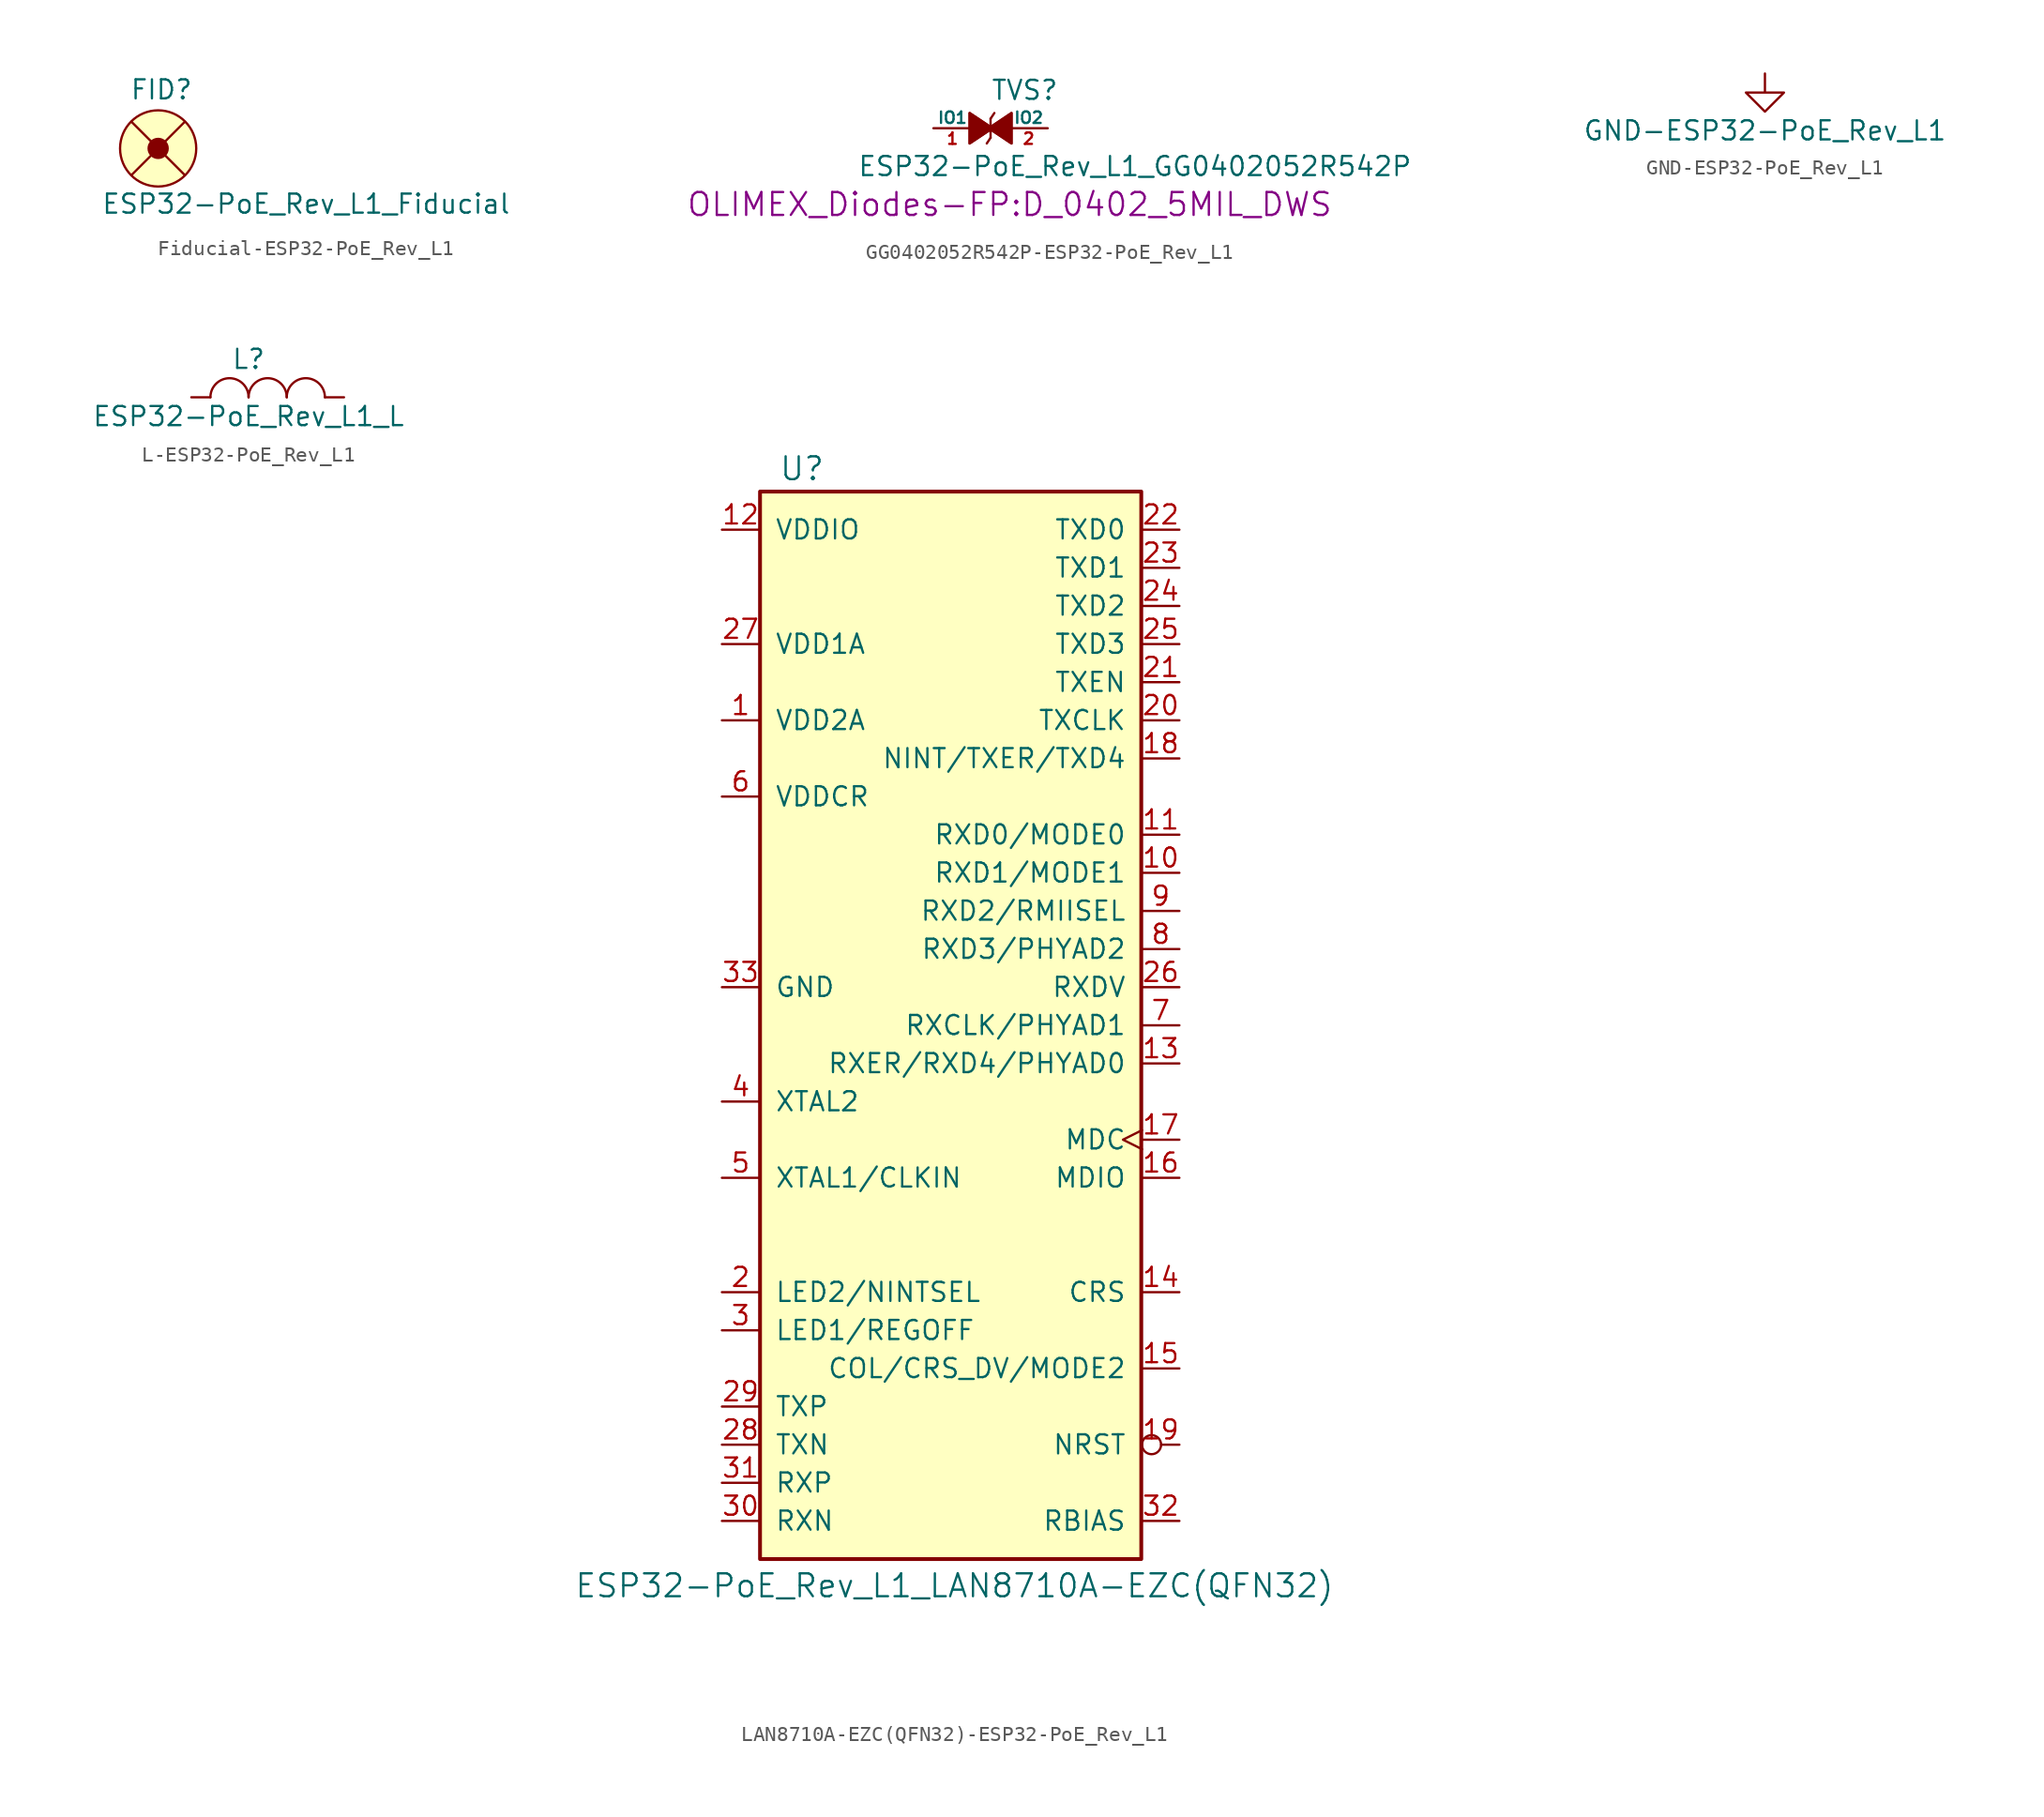
<source format=kicad_sym>
(kicad_symbol_lib
  (version 20220914)
  (generator kicad_symbol_editor)
  (symbol "Fiducial-ESP32-PoE_Rev_L1"
    (pin_numbers hide)
    (pin_names
      (offset 0) hide)
    (property "Reference" "FID"
      (at -1.905 3.175 0)
      (effects (font (size 1.27 1.27)) (justify left bottom)))
    (property "Value" "ESP32-PoE_Rev_L1_Fiducial"
      (at -3.81 -4.445 0)
      (effects (font (size 1.27 1.27)) (justify left bottom)))
    (property "Datasheet" ""
      (at -1.27 0 90)
      (effects (font (size 1.524 1.524))))
    (symbol "Fiducial-ESP32-PoE_Rev_L1_0_1"
      (polyline (pts (xy -1.778 -1.778) (xy 1.778 1.778)) (stroke (width 0) (type solid)) (fill (type none)))
      (polyline (pts (xy 1.778 -1.778) (xy -1.778 1.778)) (stroke (width 0) (type solid)) (fill (type none)))
      (circle (center 0 0) (radius 0.635) (stroke (width 0) (type solid)) (fill (type outline)))
      (circle (center 0 0) (radius 2.54) (stroke (width 0) (type solid)) (fill (type background))))
    (symbol "Fiducial-ESP32-PoE_Rev_L1_1_1"
      (pin no_connect line (at 0 0 90) (length 0) (name "FID*" (effects (font (size 1.27 1.27)))) (number "Fid1" (effects (font (size 1.27 1.27)))))))
  (symbol "GG0402052R542P-ESP32-PoE_Rev_L1"
    (pin_names
      (offset 0))
    (property "Reference" "TVS"
      (at -1.27 2.54 0)
      (effects (font (size 1.27 1.27)) (justify left)))
    (property "Value" "ESP32-PoE_Rev_L1_GG0402052R542P"
      (at -10.16 -2.54 0)
      (effects (font (size 1.27 1.27)) (justify left)))
    (property "Footprint" "OLIMEX_Diodes-FP:D_0402_5MIL_DWS"
      (at 0 -5.08 0)
      (effects (font (size 1.524 1.524))))
    (property "Datasheet" ""
      (at -0.635 0 90)
      (effects (font (size 1.524 1.524))))
    (symbol "GG0402052R542P-ESP32-PoE_Rev_L1_0_1"
      (polyline (pts (xy -1.27 -0.635) (xy -1.524 -1.016)) (stroke (width 0) (type solid)) (fill (type none)))
      (polyline (pts (xy -1.27 -0.635) (xy -1.27 0.635)) (stroke (width 0) (type solid)) (fill (type none)))
      (polyline (pts (xy -1.27 0.635) (xy -1.016 1.016)) (stroke (width 0) (type solid)) (fill (type none)))
      (polyline (pts (xy -2.667 1.016) (xy -1.143 0) (xy -2.667 -1.016) (xy -2.667 1.016)) (stroke (width 0) (type solid)) (fill (type outline)))
      (polyline (pts (xy -2.667 1.016) (xy -1.143 0) (xy -2.667 -1.016) (xy -2.667 1.016)) (stroke (width 0) (type solid)) (fill (type outline)))
      (polyline (pts (xy 0.127 -1.016) (xy -1.397 0) (xy 0.127 1.016) (xy 0.127 -1.016)) (stroke (width 0) (type solid)) (fill (type outline)))
      (polyline (pts (xy 0.127 -1.016) (xy -1.397 0) (xy 0.127 1.016) (xy 0.127 -1.016)) (stroke (width 0) (type solid)) (fill (type outline))))
    (symbol "GG0402052R542P-ESP32-PoE_Rev_L1_1_1"
      (pin passive line (at -5.08 0 0) (length 2.54) (name "IO1" (effects (font (size 0.762 0.762)))) (number "1" (effects (font (size 0.762 0.762)))))
      (pin passive line (at 2.54 0 180) (length 2.54) (name "IO2" (effects (font (size 0.762 0.762)))) (number "2" (effects (font (size 0.762 0.762)))))))
  (symbol "GND-ESP32-PoE_Rev_L1"
    (power)
    (pin_names
      (offset 0))
    (property "Reference" "#PWR"
      (at 0 -6.35 0)
      (effects (font (size 1.27 1.27)) hide))
    (property "Value" "GND-ESP32-PoE_Rev_L1"
      (at 0 -3.81 0)
      (effects (font (size 1.27 1.27))))
    (property "Footprint" ""
      (at 0 0 0)
      (effects (font (size 1.524 1.524))))
    (property "Datasheet" ""
      (at 0 0 0)
      (effects (font (size 1.524 1.524))))
    (symbol "GND-ESP32-PoE_Rev_L1_0_1"
      (polyline (pts (xy 0 0) (xy 0 -1.27) (xy 1.27 -1.27) (xy 0 -2.54) (xy -1.27 -1.27) (xy 0 -1.27)) (stroke (width 0) (type solid)) (fill (type none))))
    (symbol "GND-ESP32-PoE_Rev_L1_1_1"
      (pin power_in line (at 0 0 270) (length 0) hide (name "GND" (effects (font (size 1.27 1.27)))) (number "1" (effects (font (size 1.27 1.27)))))))
  (symbol "L-ESP32-PoE_Rev_L1"
    (pin_numbers hide)
    (pin_names
      (offset 0) hide)
    (property "Reference" "L"
      (at -1.27 2.54 0)
      (effects (font (size 1.27 1.27))))
    (property "Value" "ESP32-PoE_Rev_L1_L"
      (at -1.27 -1.27 0)
      (effects (font (size 1.27 1.27))))
    (property "Footprint" ""
      (at -1.27 0 0)
      (effects (font (size 1.524 1.524))))
    (property "Datasheet" ""
      (at -1.27 0 0)
      (effects (font (size 1.524 1.524))))
    (symbol "L-ESP32-PoE_Rev_L1_0_1"
      (arc (start -1.27 0) (mid -2.54 1.2645) (end -3.81 0) (stroke (width 0) (type solid)) (fill (type none)))
      (arc (start 1.27 0) (mid 0 1.2645) (end -1.27 0) (stroke (width 0) (type solid)) (fill (type none)))
      (arc (start 3.81 0) (mid 2.54 1.2645) (end 1.27 0) (stroke (width 0) (type solid)) (fill (type none))))
    (symbol "L-ESP32-PoE_Rev_L1_1_1"
      (pin passive line (at -5.08 0 0) (length 1.27) (name "1" (effects (font (size 0.762 0.762)))) (number "1" (effects (font (size 0.762 0.762)))))
      (pin passive line (at 5.08 0 180) (length 1.27) (name "2" (effects (font (size 0.762 0.762)))) (number "2" (effects (font (size 0.762 0.762)))))))
  (symbol "LAN8710A-EZC(QFN32)-ESP32-PoE_Rev_L1"
    (pin_names
      (offset 1.016))
    (property "Reference" "U"
      (at -9.906 37.084 0)
      (effects (font (size 1.524 1.524))))
    (property "Value" "ESP32-PoE_Rev_L1_LAN8710A-EZC(QFN32)"
      (at 0.254 -37.338 0)
      (effects (font (size 1.524 1.524))))
    (symbol "LAN8710A-EZC(QFN32)-ESP32-PoE_Rev_L1_0_1"
      (rectangle (start -12.7 35.56) (end 12.7 -35.56) (stroke (width 0.254) (type solid)) (fill (type background))))
    (symbol "LAN8710A-EZC(QFN32)-ESP32-PoE_Rev_L1_1_1"
      (pin power_in line (at -15.24 20.32 0) (length 2.489) (name "VDD2A" (effects (font (size 1.27 1.27)))) (number "1" (effects (font (size 1.27 1.27)))))
      (pin bidirectional line (at 15.24 10.16 180) (length 2.489) (name "RXD1/MODE1" (effects (font (size 1.27 1.27)))) (number "10" (effects (font (size 1.27 1.27)))))
      (pin bidirectional line (at 15.24 12.7 180) (length 2.489) (name "RXD0/MODE0" (effects (font (size 1.27 1.27)))) (number "11" (effects (font (size 1.27 1.27)))))
      (pin power_in line (at -15.24 33.02 0) (length 2.489) (name "VDDIO" (effects (font (size 1.27 1.27)))) (number "12" (effects (font (size 1.27 1.27)))))
      (pin bidirectional line (at 15.24 -2.54 180) (length 2.489) (name "RXER/RXD4/PHYAD0" (effects (font (size 1.27 1.27)))) (number "13" (effects (font (size 1.27 1.27)))))
      (pin output line (at 15.24 -17.78 180) (length 2.489) (name "CRS" (effects (font (size 1.27 1.27)))) (number "14" (effects (font (size 1.27 1.27)))))
      (pin bidirectional line (at 15.24 -22.86 180) (length 2.489) (name "COL/CRS_DV/MODE2" (effects (font (size 1.27 1.27)))) (number "15" (effects (font (size 1.27 1.27)))))
      (pin bidirectional line (at 15.24 -10.16 180) (length 2.489) (name "MDIO" (effects (font (size 1.27 1.27)))) (number "16" (effects (font (size 1.27 1.27)))))
      (pin input clock (at 15.24 -7.62 180) (length 2.489) (name "MDC" (effects (font (size 1.27 1.27)))) (number "17" (effects (font (size 1.27 1.27)))))
      (pin bidirectional line (at 15.24 17.78 180) (length 2.489) (name "NINT/TXER/TXD4" (effects (font (size 1.27 1.27)))) (number "18" (effects (font (size 1.27 1.27)))))
      (pin input inverted (at 15.24 -27.94 180) (length 2.489) (name "NRST" (effects (font (size 1.27 1.27)))) (number "19" (effects (font (size 1.27 1.27)))))
      (pin bidirectional line (at -15.24 -17.78 0) (length 2.489) (name "LED2/NINTSEL" (effects (font (size 1.27 1.27)))) (number "2" (effects (font (size 1.27 1.27)))))
      (pin output line (at 15.24 20.32 180) (length 2.489) (name "TXCLK" (effects (font (size 1.27 1.27)))) (number "20" (effects (font (size 1.27 1.27)))))
      (pin input line (at 15.24 22.86 180) (length 2.489) (name "TXEN" (effects (font (size 1.27 1.27)))) (number "21" (effects (font (size 1.27 1.27)))))
      (pin input line (at 15.24 33.02 180) (length 2.489) (name "TXD0" (effects (font (size 1.27 1.27)))) (number "22" (effects (font (size 1.27 1.27)))))
      (pin input line (at 15.24 30.48 180) (length 2.489) (name "TXD1" (effects (font (size 1.27 1.27)))) (number "23" (effects (font (size 1.27 1.27)))))
      (pin input line (at 15.24 27.94 180) (length 2.489) (name "TXD2" (effects (font (size 1.27 1.27)))) (number "24" (effects (font (size 1.27 1.27)))))
      (pin input line (at 15.24 25.4 180) (length 2.489) (name "TXD3" (effects (font (size 1.27 1.27)))) (number "25" (effects (font (size 1.27 1.27)))))
      (pin output line (at 15.24 2.54 180) (length 2.489) (name "RXDV" (effects (font (size 1.27 1.27)))) (number "26" (effects (font (size 1.27 1.27)))))
      (pin power_in line (at -15.24 25.4 0) (length 2.489) (name "VDD1A" (effects (font (size 1.27 1.27)))) (number "27" (effects (font (size 1.27 1.27)))))
      (pin output line (at -15.24 -27.94 0) (length 2.489) (name "TXN" (effects (font (size 1.27 1.27)))) (number "28" (effects (font (size 1.27 1.27)))))
      (pin output line (at -15.24 -25.4 0) (length 2.489) (name "TXP" (effects (font (size 1.27 1.27)))) (number "29" (effects (font (size 1.27 1.27)))))
      (pin bidirectional line (at -15.24 -20.32 0) (length 2.489) (name "LED1/REGOFF" (effects (font (size 1.27 1.27)))) (number "3" (effects (font (size 1.27 1.27)))))
      (pin input line (at -15.24 -33.02 0) (length 2.489) (name "RXN" (effects (font (size 1.27 1.27)))) (number "30" (effects (font (size 1.27 1.27)))))
      (pin input line (at -15.24 -30.48 0) (length 2.489) (name "RXP" (effects (font (size 1.27 1.27)))) (number "31" (effects (font (size 1.27 1.27)))))
      (pin input line (at 15.24 -33.02 180) (length 2.489) (name "RBIAS" (effects (font (size 1.27 1.27)))) (number "32" (effects (font (size 1.27 1.27)))))
      (pin power_in line (at -15.24 2.54 0) (length 2.489) (name "GND" (effects (font (size 1.27 1.27)))) (number "33" (effects (font (size 1.27 1.27)))))
      (pin output line (at -15.24 -5.08 0) (length 2.489) (name "XTAL2" (effects (font (size 1.27 1.27)))) (number "4" (effects (font (size 1.27 1.27)))))
      (pin input line (at -15.24 -10.16 0) (length 2.489) (name "XTAL1/CLKIN" (effects (font (size 1.27 1.27)))) (number "5" (effects (font (size 1.27 1.27)))))
      (pin power_in line (at -15.24 15.24 0) (length 2.489) (name "VDDCR" (effects (font (size 1.27 1.27)))) (number "6" (effects (font (size 1.27 1.27)))))
      (pin bidirectional line (at 15.24 0 180) (length 2.489) (name "RXCLK/PHYAD1" (effects (font (size 1.27 1.27)))) (number "7" (effects (font (size 1.27 1.27)))))
      (pin bidirectional line (at 15.24 5.08 180) (length 2.489) (name "RXD3/PHYAD2" (effects (font (size 1.27 1.27)))) (number "8" (effects (font (size 1.27 1.27)))))
      (pin bidirectional line (at 15.24 7.62 180) (length 2.489) (name "RXD2/RMIISEL" (effects (font (size 1.27 1.27)))) (number "9" (effects (font (size 1.27 1.27))))))))
</source>
